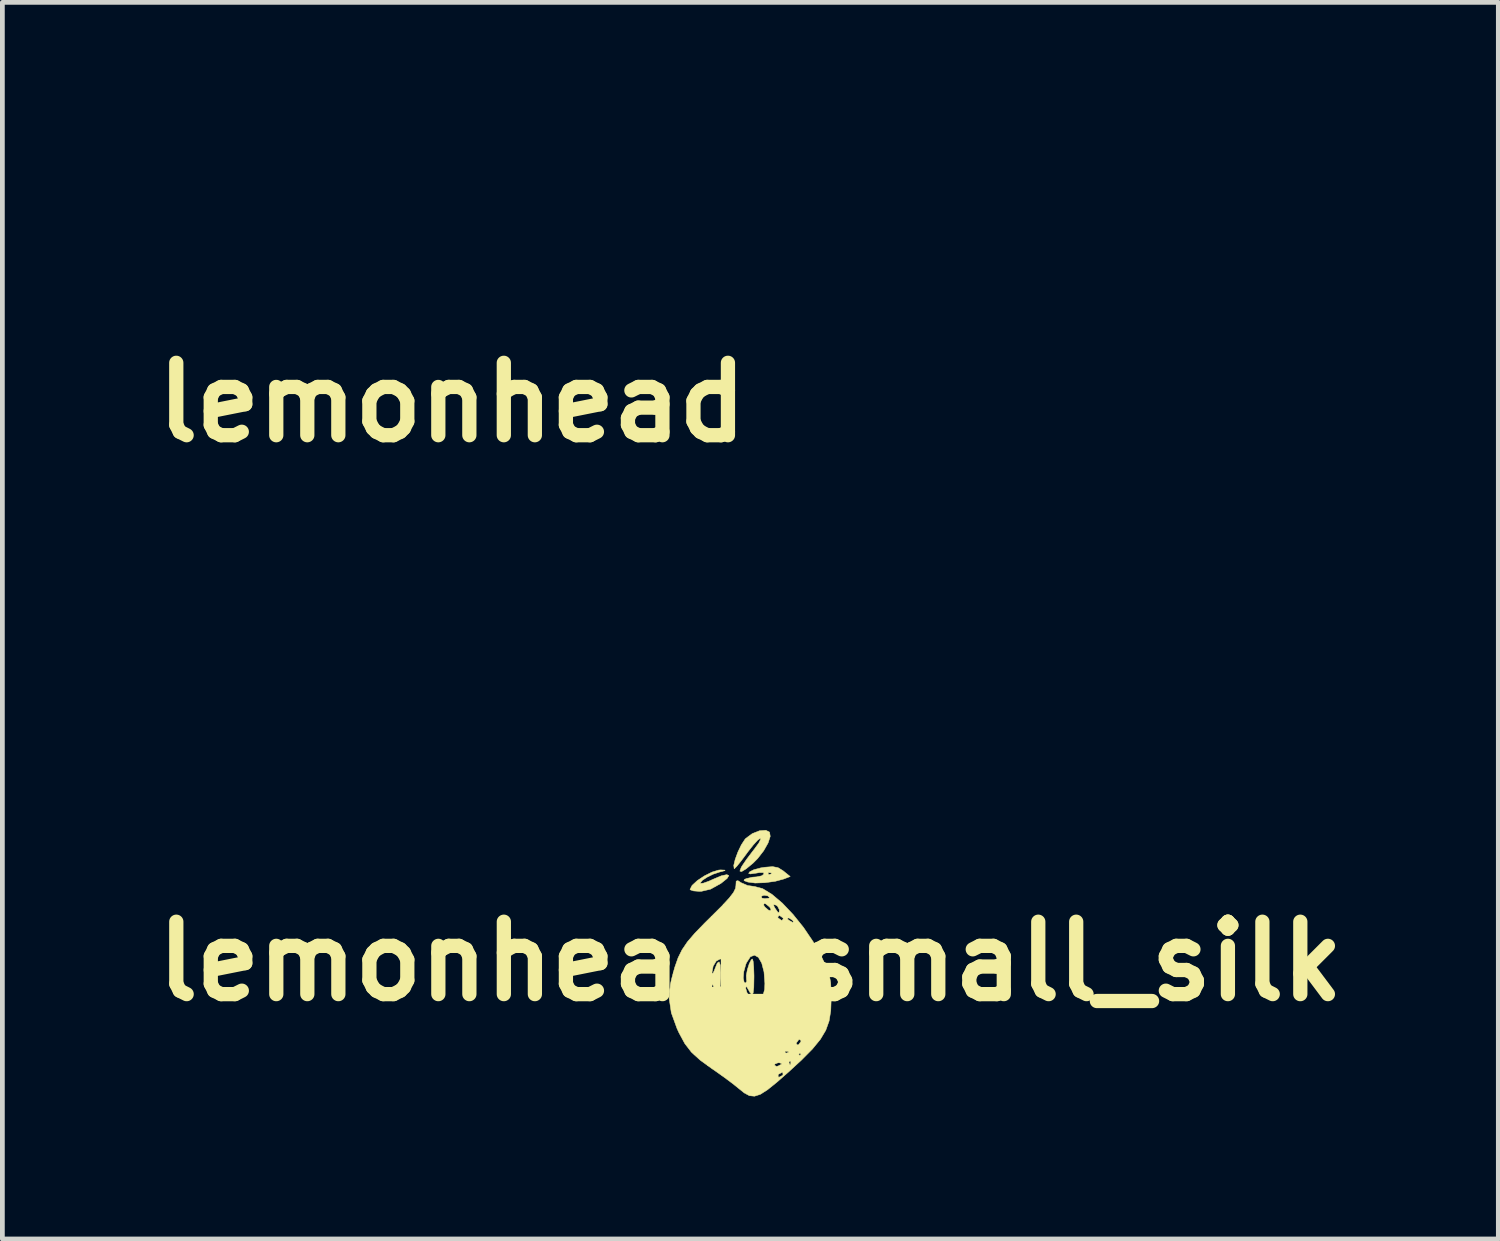
<source format=kicad_pcb>
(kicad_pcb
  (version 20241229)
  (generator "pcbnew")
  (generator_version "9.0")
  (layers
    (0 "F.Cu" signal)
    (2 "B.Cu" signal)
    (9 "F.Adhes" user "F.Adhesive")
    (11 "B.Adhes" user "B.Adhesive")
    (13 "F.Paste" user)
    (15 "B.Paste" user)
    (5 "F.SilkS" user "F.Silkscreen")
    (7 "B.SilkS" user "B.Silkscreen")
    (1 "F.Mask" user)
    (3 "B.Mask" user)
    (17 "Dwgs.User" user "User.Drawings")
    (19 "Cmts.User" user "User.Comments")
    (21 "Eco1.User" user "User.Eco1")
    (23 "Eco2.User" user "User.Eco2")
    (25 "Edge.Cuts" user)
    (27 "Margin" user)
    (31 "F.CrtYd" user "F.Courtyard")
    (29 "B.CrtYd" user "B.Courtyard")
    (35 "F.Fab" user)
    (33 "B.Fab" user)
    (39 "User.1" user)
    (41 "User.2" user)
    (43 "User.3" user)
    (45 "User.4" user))
  (footprint "lemonhead_small_silk"
    (layer "F.Cu")
    (at 12.744 17.185)
    (property "Reference" "lemonhead_small_silk" (at 0 0 0) (layer "F.SilkS") (effects (font (size 1.524 1.524) (thickness 0.3))))
    (attr through_hole)
    (fp_poly (pts (xy -0.534 -1.92) (xy -0.535 -1.91) (xy -0.629 -1.885) (xy -0.646 -1.881) (xy -0.781 -1.836) (xy -0.911 -1.772) (xy -1.011 -1.706) (xy -1.053 -1.653) (xy -1.048 -1.641) (xy -0.991 -1.646) (xy -0.875 -1.687) (xy -0.791 -1.725) (xy -0.611 -1.801) (xy -0.496 -1.826) (xy -0.453 -1.806) (xy -0.491 -1.744) (xy -0.616 -1.644) (xy -0.625 -1.638) (xy -0.84 -1.519) (xy -1.033 -1.474) (xy -1.069 -1.473) (xy -1.196 -1.483) (xy -1.265 -1.506) (xy -1.27 -1.515) (xy -1.227 -1.599) (xy -1.117 -1.7) (xy -0.968 -1.799) (xy -0.808 -1.879) (xy -0.667 -1.922) (xy -0.624 -1.925) (xy -0.534 -1.92)) (stroke (width 0.01) (type solid)) (fill yes) (layer "F.SilkS"))
    (fp_poly (pts (xy 0.404 -2.72) (xy 0.418 -2.631) (xy 0.373 -2.493) (xy 0.281 -2.33) (xy 0.154 -2.166) (xy 0.059 -2.07) (xy -0.09 -1.947) (xy -0.185 -1.89) (xy -0.221 -1.9) (xy -0.192 -1.98) (xy -0.168 -2.019) (xy -0.084 -2.142) (xy 0.032 -2.296) (xy 0.093 -2.375) (xy 0.178 -2.492) (xy 0.217 -2.571) (xy 0.209 -2.591) (xy 0.154 -2.552) (xy 0.061 -2.45) (xy -0.055 -2.303) (xy -0.085 -2.261) (xy -0.198 -2.11) (xy -0.286 -2.001) (xy -0.336 -1.951) (xy -0.341 -1.95) (xy -0.35 -2.021) (xy -0.319 -2.149) (xy -0.262 -2.303) (xy -0.19 -2.453) (xy -0.114 -2.569) (xy -0.097 -2.588) (xy 0.04 -2.689) (xy 0.192 -2.749) (xy 0.326 -2.759) (xy 0.404 -2.72)) (stroke (width 0.01) (type solid)) (fill yes) (layer "F.SilkS"))
    (fp_poly (pts (xy 0.583 -1.972) (xy 0.687 -1.908) (xy 0.697 -1.9) (xy 0.838 -1.786) (xy 0.7 -1.733) (xy 0.521 -1.685) (xy 0.306 -1.656) (xy 0.1 -1.649) (xy -0.051 -1.669) (xy -0.134 -1.699) (xy -0.126 -1.724) (xy -0.085 -1.742) (xy 0.043 -1.772) (xy 0.128 -1.778) (xy 0.236 -1.8) (xy 0.284 -1.836) (xy 0.279 -1.863) (xy 0.373 -1.863) (xy 0.38 -1.832) (xy 0.406 -1.829) (xy 0.448 -1.847) (xy 0.44 -1.863) (xy 0.38 -1.869) (xy 0.373 -1.863) (xy 0.279 -1.863) (xy 0.278 -1.869) (xy 0.191 -1.869) (xy 0.122 -1.857) (xy 0.001 -1.84) (xy -0.037 -1.851) (xy -0.014 -1.885) (xy 0.071 -1.928) (xy 0.215 -1.967) (xy 0.302 -1.981) (xy 0.469 -1.994) (xy 0.583 -1.972)) (stroke (width 0.01) (type solid)) (fill yes) (layer "F.SilkS"))
    (fp_poly (pts (xy -0.192 -1.654) (xy -0.06 -1.597) (xy 0.092 -1.575) (xy 0.257 -1.531) (xy 0.455 -1.41) (xy 0.673 -1.225) (xy 0.898 -0.988) (xy 1.119 -0.713) (xy 1.322 -0.413) (xy 1.495 -0.101) (xy 1.513 -0.065) (xy 1.606 0.137) (xy 1.662 0.294) (xy 1.69 0.447) (xy 1.7 0.636) (xy 1.701 0.787) (xy 1.692 1.039) (xy 1.657 1.255) (xy 1.587 1.45) (xy 1.473 1.641) (xy 1.306 1.845) (xy 1.075 2.078) (xy 0.808 2.324) (xy 0.555 2.546) (xy 0.36 2.703) (xy 0.209 2.799) (xy 0.087 2.838) (xy -0.021 2.827) (xy -0.129 2.769) (xy -0.241 2.679) (xy -0.375 2.571) (xy -0.559 2.434) (xy -0.624 2.388) (xy 0.584 2.388) (xy 0.587 2.434) (xy 0.604 2.438) (xy 0.675 2.401) (xy 0.686 2.388) (xy 0.683 2.341) (xy 0.666 2.337) (xy 0.595 2.374) (xy 0.584 2.388) (xy -0.624 2.388) (xy -0.759 2.292) (xy -0.807 2.26) (xy -0.913 2.183) (xy 0.508 2.183) (xy 0.545 2.211) (xy 0.584 2.203) (xy 0.651 2.167) (xy 0.66 2.154) (xy 0.619 2.136) (xy 0.584 2.134) (xy 0.813 2.134) (xy 0.831 2.175) (xy 0.847 2.167) (xy 0.853 2.107) (xy 0.847 2.1) (xy 0.816 2.107) (xy 0.813 2.134) (xy 0.584 2.134) (xy 0.517 2.16) (xy 0.508 2.183) (xy -0.913 2.183) (xy -1.058 2.078) (xy -1.192 1.956) (xy 1.016 1.956) (xy 1.041 1.981) (xy 1.067 1.956) (xy 1.041 1.93) (xy 1.016 1.956) (xy -1.192 1.956) (xy -1.242 1.91) (xy -1.252 1.897) (xy 0.728 1.897) (xy 0.735 1.927) (xy 0.762 1.93) (xy 0.804 1.912) (xy 0.796 1.897) (xy 0.736 1.89) (xy 0.728 1.897) (xy -1.252 1.897) (xy -1.378 1.733) (xy 0.965 1.733) (xy 0.996 1.761) (xy 1.016 1.753) (xy 1.065 1.685) (xy 1.067 1.67) (xy 1.036 1.643) (xy 1.016 1.651) (xy 0.967 1.718) (xy 0.965 1.733) (xy -1.378 1.733) (xy -1.382 1.727) (xy -1.504 1.501) (xy -1.543 1.416) (xy -1.664 1.083) (xy -1.709 0.782) (xy -1.683 0.48) (xy -1.657 0.365) (xy -1.621 0.231) (xy -0.808 0.231) (xy -0.808 0.238) (xy -0.792 0.259) (xy -0.76 0.195) (xy -0.749 0.165) (xy -0.698 0.038) (xy -0.659 0.009) (xy -0.634 0.076) (xy -0.624 0.237) (xy -0.625 0.356) (xy -0.639 0.553) (xy -0.667 0.666) (xy -0.705 0.689) (xy -0.748 0.618) (xy -0.768 0.555) (xy -0.794 0.477) (xy -0.805 0.493) (xy -0.808 0.536) (xy -0.774 0.669) (xy -0.674 0.745) (xy -0.585 0.751) (xy -0.525 0.728) (xy -0.491 0.662) (xy -0.473 0.531) (xy -0.467 0.446) (xy -0.47 0.352) (xy -0.15 0.352) (xy -0.131 0.44) (xy -0.103 0.457) (xy -0.075 0.42) (xy -0.082 0.383) (xy -0.086 0.298) (xy -0.063 0.173) (xy -0.024 0.05) (xy 0.019 -0.035) (xy 0.042 -0.051) (xy 0.058 -0.004) (xy 0.07 0.119) (xy 0.076 0.295) (xy 0.076 0.33) (xy 0.072 0.547) (xy 0.058 0.668) (xy 0.031 0.701) (xy -0.011 0.651) (xy -0.04 0.597) (xy -0.081 0.528) (xy -0.097 0.551) (xy -0.098 0.568) (xy -0.071 0.658) (xy -0.004 0.753) (xy 0.068 0.81) (xy 0.083 0.813) (xy 0.143 0.792) (xy 0.207 0.76) (xy 0.27 0.7) (xy 0.3 0.59) (xy 0.305 0.463) (xy 0.287 0.222) (xy 0.239 0.037) (xy 0.169 -0.084) (xy 0.087 -0.131) (xy 0.000115 -0.097) (xy -0.082 0.028) (xy -0.098 0.068) (xy -0.139 0.217) (xy -0.15 0.352) (xy -0.47 0.352) (xy -0.473 0.207) (xy -0.517 0.041) (xy -0.594 -0.043) (xy -0.635 -0.051) (xy -0.718 -0.007) (xy -0.783 0.1) (xy -0.808 0.231) (xy -1.621 0.231) (xy -1.591 0.123) (xy -1.522 -0.074) (xy -1.438 -0.244) (xy -1.326 -0.41) (xy -1.172 -0.59) (xy -0.965 -0.804) (xy -0.833 -0.934) (xy 0.576 -0.934) (xy 0.584 -0.914) (xy 0.651 -0.865) (xy 0.666 -0.864) (xy 0.693 -0.894) (xy 0.777 -0.894) (xy 0.813 -0.864) (xy 0.894 -0.818) (xy 0.905 -0.835) (xy 0.889 -0.864) (xy 0.815 -0.912) (xy 0.797 -0.914) (xy 0.777 -0.894) (xy 0.693 -0.894) (xy 0.694 -0.895) (xy 0.686 -0.914) (xy 0.619 -0.963) (xy 0.604 -0.965) (xy 0.576 -0.934) (xy -0.833 -0.934) (xy -0.8 -0.967) (xy -0.589 -1.177) (xy -0.579 -1.189) (xy 0.277 -1.189) (xy 0.305 -1.143) (xy 0.381 -1.079) (xy 0.419 -1.067) (xy 0.434 -1.097) (xy 0.406 -1.143) (xy 0.344 -1.195) (xy 0.486 -1.195) (xy 0.503 -1.145) (xy 0.521 -1.116) (xy 0.58 -1.031) (xy 0.605 -1.032) (xy 0.61 -1.087) (xy 0.569 -1.165) (xy 0.534 -1.186) (xy 0.486 -1.195) (xy 0.344 -1.195) (xy 0.33 -1.207) (xy 0.292 -1.219) (xy 0.277 -1.189) (xy -0.579 -1.189) (xy -0.445 -1.334) (xy -0.418 -1.369) (xy 0.227 -1.369) (xy 0.244 -1.331) (xy 0.302 -1.321) (xy 0.386 -1.329) (xy 0.406 -1.341) (xy 0.366 -1.379) (xy 0.287 -1.392) (xy 0.228 -1.37) (xy 0.227 -1.369) (xy -0.418 -1.369) (xy -0.356 -1.449) (xy -0.313 -1.537) (xy -0.305 -1.592) (xy -0.299 -1.689) (xy -0.262 -1.699) (xy -0.192 -1.654)) (stroke (width 0.01) (type solid)) (fill yes) (layer "F.SilkS")))
  (footprint "lemonhead"
    (layer "F.Cu")
    (at 6.466 5.421)
    (property "Reference" "lemonhead" (at 0 0 0) (layer "F.SilkS") (effects (font (size 1.524 1.524) (thickness 0.3))))
    (attr through_hole)
    (fp_poly (pts (xy -1.016 5.232) (xy -1.067 5.283) (xy -1.118 5.232) (xy -1.067 5.182) (xy -1.016 5.232)) (stroke (width 0.01) (type solid)) (fill yes) (layer "F.Mask"))
    (fp_poly (pts (xy 0.406 5.944) (xy 0.356 5.994) (xy 0.305 5.944) (xy 0.356 5.893) (xy 0.406 5.944)) (stroke (width 0.01) (type solid)) (fill yes) (layer "F.Mask"))
    (fp_poly (pts (xy -0.048 5.869) (xy 0.141 5.918) (xy 0.203 5.955) (xy 0.123 5.995) (xy -0.047 5.986) (xy -0.204 5.941) (xy -0.245 5.907) (xy -0.203 5.859) (xy -0.048 5.869)) (stroke (width 0.01) (type solid)) (fill yes) (layer "F.Mask"))
    (fp_poly (pts (xy -1.17 -3.739) (xy -1.171 -3.718) (xy -1.36 -3.669) (xy -1.394 -3.661) (xy -1.663 -3.571) (xy -1.924 -3.443) (xy -2.124 -3.31) (xy -2.207 -3.205) (xy -2.199 -3.181) (xy -2.084 -3.19) (xy -1.852 -3.273) (xy -1.684 -3.349) (xy -1.324 -3.5) (xy -1.093 -3.551) (xy -1.008 -3.51) (xy -1.083 -3.386) (xy -1.334 -3.186) (xy -1.352 -3.174) (xy -1.782 -2.936) (xy -2.168 -2.847) (xy -2.24 -2.845) (xy -2.493 -2.864) (xy -2.632 -2.911) (xy -2.642 -2.929) (xy -2.556 -3.097) (xy -2.335 -3.298) (xy -2.037 -3.497) (xy -1.719 -3.657) (xy -1.435 -3.743) (xy -1.35 -3.749) (xy -1.17 -3.739)) (stroke (width 0.01) (type solid)) (fill yes) (layer "F.Mask"))
    (fp_poly (pts (xy 0.707 -5.339) (xy 0.735 -5.159) (xy 0.645 -4.884) (xy 0.46 -4.558) (xy 0.207 -4.231) (xy 0.016 -4.039) (xy -0.281 -3.792) (xy -0.472 -3.678) (xy -0.543 -3.699) (xy -0.485 -3.859) (xy -0.438 -3.937) (xy -0.269 -4.182) (xy -0.038 -4.491) (xy 0.085 -4.648) (xy 0.254 -4.883) (xy 0.332 -5.04) (xy 0.316 -5.08) (xy 0.207 -5.003) (xy 0.02 -4.798) (xy -0.211 -4.505) (xy -0.272 -4.42) (xy -0.498 -4.12) (xy -0.678 -3.904) (xy -0.782 -3.808) (xy -0.794 -3.808) (xy -0.811 -3.95) (xy -0.748 -4.206) (xy -0.63 -4.515) (xy -0.48 -4.815) (xy -0.322 -5.045) (xy -0.294 -5.075) (xy -0.021 -5.277) (xy 0.282 -5.396) (xy 0.551 -5.416) (xy 0.707 -5.339)) (stroke (width 0.01) (type solid)) (fill yes) (layer "F.Mask"))
    (fp_poly (pts (xy 1.064 -3.843) (xy 1.272 -3.714) (xy 1.292 -3.698) (xy 1.575 -3.471) (xy 1.299 -3.365) (xy 0.941 -3.269) (xy 0.511 -3.211) (xy 0.099 -3.197) (xy -0.203 -3.236) (xy -0.369 -3.297) (xy -0.353 -3.347) (xy -0.271 -3.383) (xy -0.016 -3.442) (xy 0.155 -3.454) (xy 0.37 -3.499) (xy 0.466 -3.57) (xy 0.457 -3.624) (xy 0.643 -3.624) (xy 0.657 -3.563) (xy 0.711 -3.556) (xy 0.795 -3.593) (xy 0.779 -3.624) (xy 0.658 -3.636) (xy 0.643 -3.624) (xy 0.457 -3.624) (xy 0.455 -3.637) (xy 0.281 -3.636) (xy 0.142 -3.613) (xy -0.1 -3.578) (xy -0.175 -3.601) (xy -0.129 -3.668) (xy 0.04 -3.754) (xy 0.329 -3.832) (xy 0.502 -3.86) (xy 0.837 -3.886) (xy 1.064 -3.843)) (stroke (width 0.01) (type solid)) (fill yes) (layer "F.Mask"))
    (fp_poly (pts (xy -0.485 -3.206) (xy -0.222 -3.093) (xy 0.081 -3.048) (xy 0.412 -2.961) (xy 0.808 -2.719) (xy 1.244 -2.348) (xy 1.695 -1.874) (xy 2.136 -1.323) (xy 2.543 -0.724) (xy 2.889 -0.101) (xy 2.925 -0.029) (xy 3.109 0.375) (xy 3.221 0.688) (xy 3.278 0.992) (xy 3.298 1.367) (xy 3.299 1.676) (xy 3.291 2.14) (xy 3.259 2.47) (xy 3.19 2.734) (xy 3.069 3.002) (xy 2.996 3.138) (xy 2.738 3.517) (xy 2.352 3.963) (xy 1.879 4.429) (xy 1.859 4.448) (xy 1.528 4.76) (xy 1.269 5.026) (xy 1.11 5.217) (xy 1.075 5.296) (xy 1.052 5.344) (xy 0.991 5.33) (xy 0.836 5.362) (xy 0.637 5.509) (xy 0.612 5.534) (xy 0.301 5.751) (xy -0.042 5.769) (xy -0.42 5.589) (xy -0.584 5.459) (xy -0.851 5.244) (xy -1.22 4.969) (xy -1.35 4.877) (xy 1.067 4.877) (xy 1.071 4.971) (xy 1.106 4.978) (xy 1.249 4.904) (xy 1.27 4.877) (xy 1.265 4.783) (xy 1.231 4.775) (xy 1.088 4.849) (xy 1.067 4.877) (xy -1.35 4.877) (xy -1.62 4.687) (xy -1.716 4.621) (xy -1.928 4.467) (xy 0.914 4.467) (xy 0.989 4.523) (xy 1.067 4.507) (xy 1.2 4.435) (xy 1.219 4.409) (xy 1.136 4.373) (xy 1.067 4.369) (xy 1.524 4.369) (xy 1.561 4.452) (xy 1.592 4.437) (xy 1.604 4.316) (xy 1.592 4.301) (xy 1.531 4.315) (xy 1.524 4.369) (xy 1.067 4.369) (xy 0.932 4.422) (xy 0.914 4.467) (xy -1.928 4.467) (xy -2.218 4.258) (xy -2.485 4.013) (xy 1.93 4.013) (xy 1.981 4.064) (xy 2.032 4.013) (xy 1.981 3.962) (xy 1.93 4.013) (xy -2.485 4.013) (xy -2.585 3.921) (xy -2.606 3.895) (xy 1.355 3.895) (xy 1.369 3.955) (xy 1.422 3.962) (xy 1.506 3.925) (xy 1.49 3.895) (xy 1.37 3.883) (xy 1.355 3.895) (xy -2.606 3.895) (xy -2.857 3.568) (xy 1.829 3.568) (xy 1.891 3.623) (xy 1.93 3.607) (xy 2.028 3.472) (xy 2.032 3.442) (xy 1.969 3.387) (xy 1.93 3.404) (xy 1.833 3.538) (xy 1.829 3.568) (xy -2.857 3.568) (xy -2.866 3.556) (xy -3.11 3.104) (xy -3.188 2.933) (xy -3.429 2.268) (xy -3.52 1.666) (xy -3.468 1.061) (xy -3.416 0.831) (xy -3.343 0.563) (xy -1.717 0.563) (xy -1.717 0.578) (xy -1.686 0.621) (xy -1.621 0.491) (xy -1.601 0.432) (xy -1.498 0.177) (xy -1.419 0.12) (xy -1.369 0.254) (xy -1.349 0.577) (xy -1.351 0.813) (xy -1.38 1.208) (xy -1.436 1.433) (xy -1.511 1.48) (xy -1.597 1.338) (xy -1.638 1.212) (xy -1.689 1.055) (xy -1.711 1.087) (xy -1.717 1.173) (xy -1.649 1.44) (xy -1.449 1.591) (xy -1.271 1.604) (xy -1.152 1.557) (xy -1.083 1.426) (xy -1.047 1.163) (xy -1.036 0.993) (xy -1.041 0.805) (xy -0.402 0.805) (xy -0.363 0.981) (xy -0.308 1.016) (xy -0.251 0.942) (xy -0.266 0.868) (xy -0.273 0.697) (xy -0.227 0.448) (xy -0.149 0.201) (xy -0.063 0.032) (xy -0.018 0.000131) (xy 0.015 0.094) (xy 0.039 0.34) (xy 0.051 0.691) (xy 0.051 0.762) (xy 0.043 1.195) (xy 0.014 1.438) (xy -0.039 1.503) (xy -0.124 1.404) (xy -0.181 1.295) (xy -0.263 1.158) (xy -0.296 1.204) (xy -0.298 1.237) (xy -0.243 1.417) (xy -0.11 1.608) (xy 0.035 1.721) (xy 0.065 1.727) (xy 0.184 1.685) (xy 0.311 1.622) (xy 0.439 1.501) (xy 0.498 1.281) (xy 0.508 1.028) (xy 0.472 0.545) (xy 0.376 0.175) (xy 0.237 -0.066) (xy 0.072 -0.16) (xy -0.101 -0.092) (xy -0.265 0.157) (xy -0.298 0.237) (xy -0.38 0.536) (xy -0.402 0.805) (xy -1.041 0.805) (xy -1.048 0.516) (xy -1.135 0.184) (xy -1.29 0.016) (xy -1.372 0) (xy -1.538 0.088) (xy -1.668 0.302) (xy -1.717 0.563) (xy -3.343 0.563) (xy -3.283 0.347) (xy -3.146 -0.046) (xy -2.978 -0.387) (xy -2.754 -0.718) (xy -2.447 -1.077) (xy -2.031 -1.507) (xy -1.768 -1.766) (xy 1.051 -1.766) (xy 1.067 -1.727) (xy 1.201 -1.629) (xy 1.231 -1.626) (xy 1.284 -1.686) (xy 1.453 -1.686) (xy 1.524 -1.626) (xy 1.686 -1.534) (xy 1.708 -1.569) (xy 1.676 -1.626) (xy 1.528 -1.722) (xy 1.493 -1.726) (xy 1.453 -1.686) (xy 1.284 -1.686) (xy 1.286 -1.688) (xy 1.27 -1.727) (xy 1.135 -1.825) (xy 1.106 -1.829) (xy 1.051 -1.766) (xy -1.768 -1.766) (xy -1.702 -1.832) (xy -1.28 -2.253) (xy -1.259 -2.276) (xy 0.452 -2.276) (xy 0.508 -2.184) (xy 0.661 -2.056) (xy 0.736 -2.032) (xy 0.767 -2.093) (xy 0.711 -2.184) (xy 0.587 -2.288) (xy 0.87 -2.288) (xy 0.905 -2.189) (xy 0.94 -2.13) (xy 1.059 -1.96) (xy 1.109 -1.962) (xy 1.118 -2.072) (xy 1.036 -2.229) (xy 0.967 -2.271) (xy 0.87 -2.288) (xy 0.587 -2.288) (xy 0.558 -2.312) (xy 0.483 -2.337) (xy 0.452 -2.276) (xy -1.259 -2.276) (xy -0.991 -2.566) (xy -0.937 -2.637) (xy 0.353 -2.637) (xy 0.386 -2.561) (xy 0.502 -2.54) (xy 0.671 -2.556) (xy 0.711 -2.58) (xy 0.631 -2.657) (xy 0.471 -2.683) (xy 0.354 -2.638) (xy 0.353 -2.637) (xy -0.937 -2.637) (xy -0.814 -2.797) (xy -0.728 -2.972) (xy -0.711 -3.082) (xy -0.699 -3.276) (xy -0.626 -3.296) (xy -0.485 -3.206)) (stroke (width 0.01) (type solid)) (fill yes) (layer "F.Mask")))
  (gr_rect
    (start -3 -3)
    (end 28.487 23.028)
    (stroke (width 0.1) (type default))
    (fill no)
    (layer "Edge.Cuts")))
</source>
